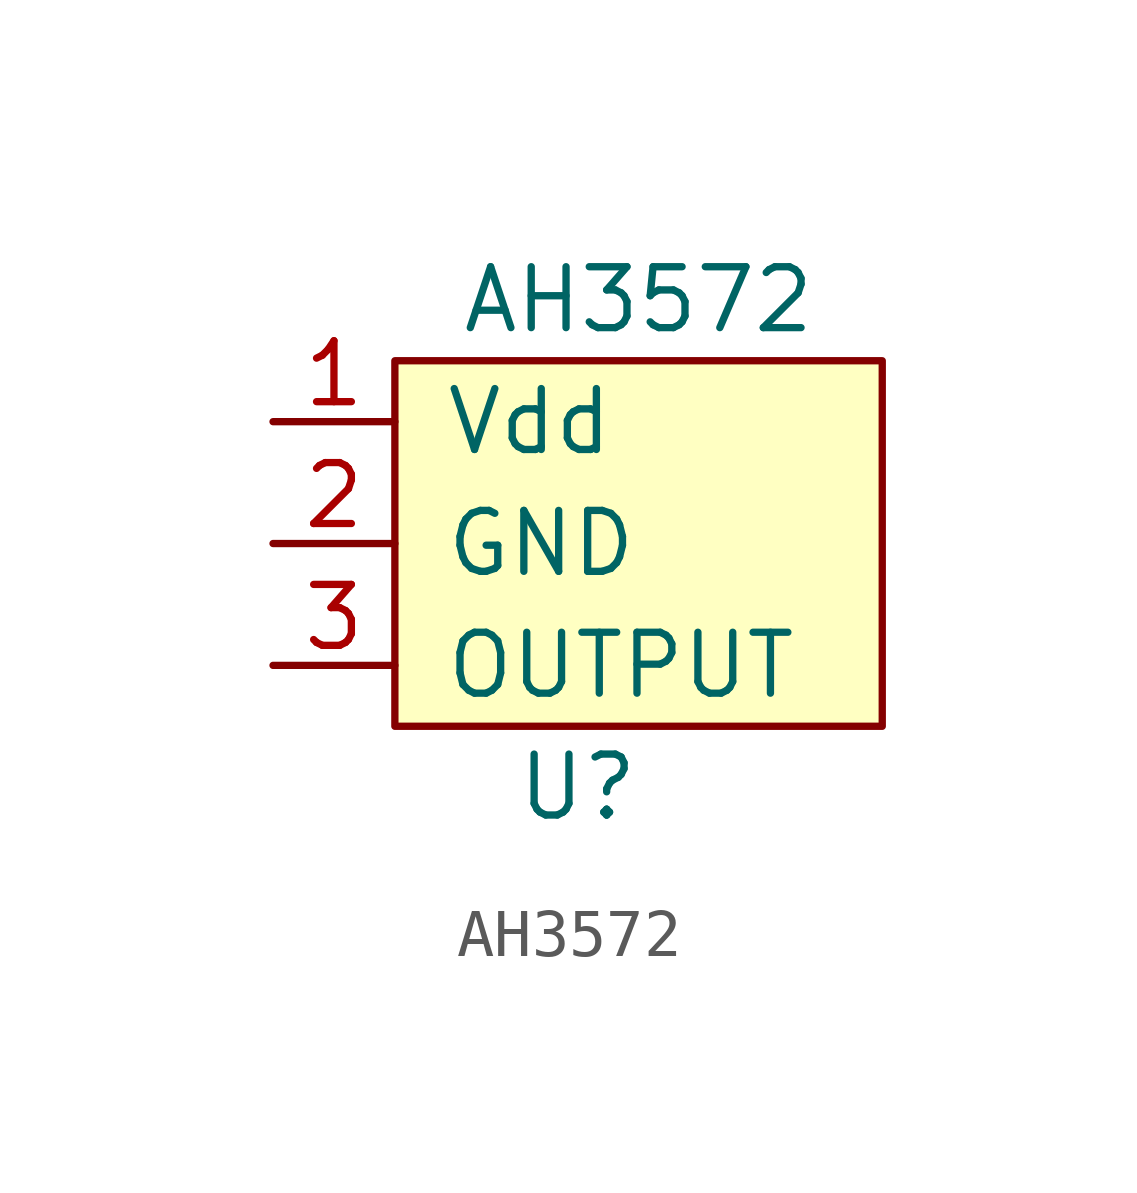
<source format=kicad_sym>
(kicad_symbol_lib
  (version 20211014)
  (generator kicad_symbol_editor)
  (symbol "AH3572"
    (pin_names
      (offset 1.016))
    (property "Reference" "U"
      (at 5.08 -15.24 0)
      (effects (font (size 1.27 1.27))))
    (property "Value" "AH3572"
      (at 6.35 -5.08 0)
      (effects (font (size 1.27 1.27))))
    (symbol "AH3572_0_0"
      (pin power_in line (at -1.27 -7.62 0) (length 2.54) (name "Vdd" (effects (font (size 1.27 1.27)))) (number "1" (effects (font (size 1.27 1.27)))))
      (pin power_in line (at -1.27 -10.16 0) (length 2.54) (name "GND" (effects (font (size 1.27 1.27)))) (number "2" (effects (font (size 1.27 1.27)))))
      (pin output line (at -1.27 -12.7 0) (length 2.54) (name "OUTPUT" (effects (font (size 1.27 1.27)))) (number "3" (effects (font (size 1.27 1.27))))))
    (symbol "AH3572_0_1"
      (rectangle (start 1.27 -6.35) (end 11.43 -13.97) (stroke (width 0) (type default) (color 0 0 0 0)) (fill (type background))))))
</source>
